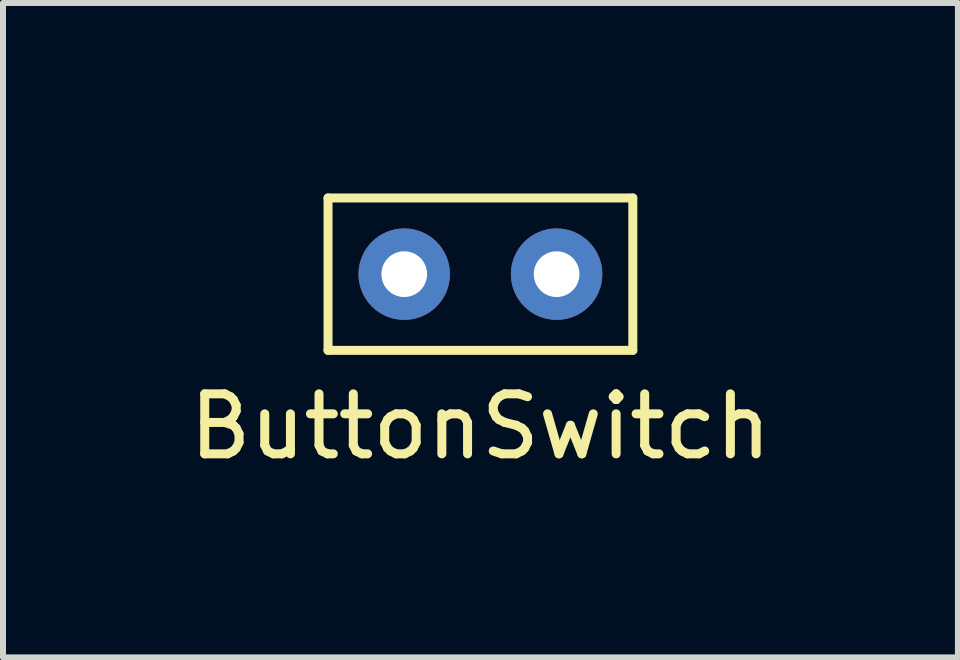
<source format=kicad_pcb>
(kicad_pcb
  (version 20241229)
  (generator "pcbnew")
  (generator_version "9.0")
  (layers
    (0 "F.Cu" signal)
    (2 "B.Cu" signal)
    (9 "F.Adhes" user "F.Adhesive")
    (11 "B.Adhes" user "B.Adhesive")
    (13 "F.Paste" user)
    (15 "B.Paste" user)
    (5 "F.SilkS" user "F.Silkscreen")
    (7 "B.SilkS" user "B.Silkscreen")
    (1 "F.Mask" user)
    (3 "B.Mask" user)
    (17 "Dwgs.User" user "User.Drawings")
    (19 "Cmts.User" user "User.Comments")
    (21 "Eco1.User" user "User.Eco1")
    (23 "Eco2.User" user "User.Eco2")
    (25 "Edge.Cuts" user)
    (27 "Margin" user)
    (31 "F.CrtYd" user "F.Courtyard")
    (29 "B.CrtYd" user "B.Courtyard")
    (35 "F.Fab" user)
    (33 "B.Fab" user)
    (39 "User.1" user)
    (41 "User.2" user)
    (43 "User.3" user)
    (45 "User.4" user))
  (footprint "ButtonSwitch"
    (layer "F.Cu")
    (at 4.958 0.25)
    (property "Reference" "ButtonSwitch" (at 0 3.81 0) (layer "F.SilkS") (effects (font (size 1 1) (thickness 0.15))))
    (attr through_hole)
    (fp_line (start -2.54 0) (end 2.54 0) (stroke (width 0.15) (type solid)) (layer "F.SilkS"))
    (fp_line (start -2.54 2.54) (end -2.54 0) (stroke (width 0.15) (type solid)) (layer "F.SilkS"))
    (fp_line (start 2.54 0) (end 2.54 2.54) (stroke (width 0.15) (type solid)) (layer "F.SilkS"))
    (fp_line (start 2.54 2.54) (end -2.54 2.54) (stroke (width 0.15) (type solid)) (layer "F.SilkS"))
    (pad "1" thru_hole circle (at -1.27 1.27) (size 1.524 1.524) (drill 0.762) (layers "*.Cu" "*.Mask"))
    (pad "2" thru_hole circle (at 1.27 1.27) (size 1.524 1.524) (drill 0.762) (layers "*.Cu" "*.Mask")))
  (gr_rect
    (start -3 -3)
    (end 12.917 7.908)
    (stroke (width 0.1) (type default))
    (fill no)
    (layer "Edge.Cuts")))
</source>
